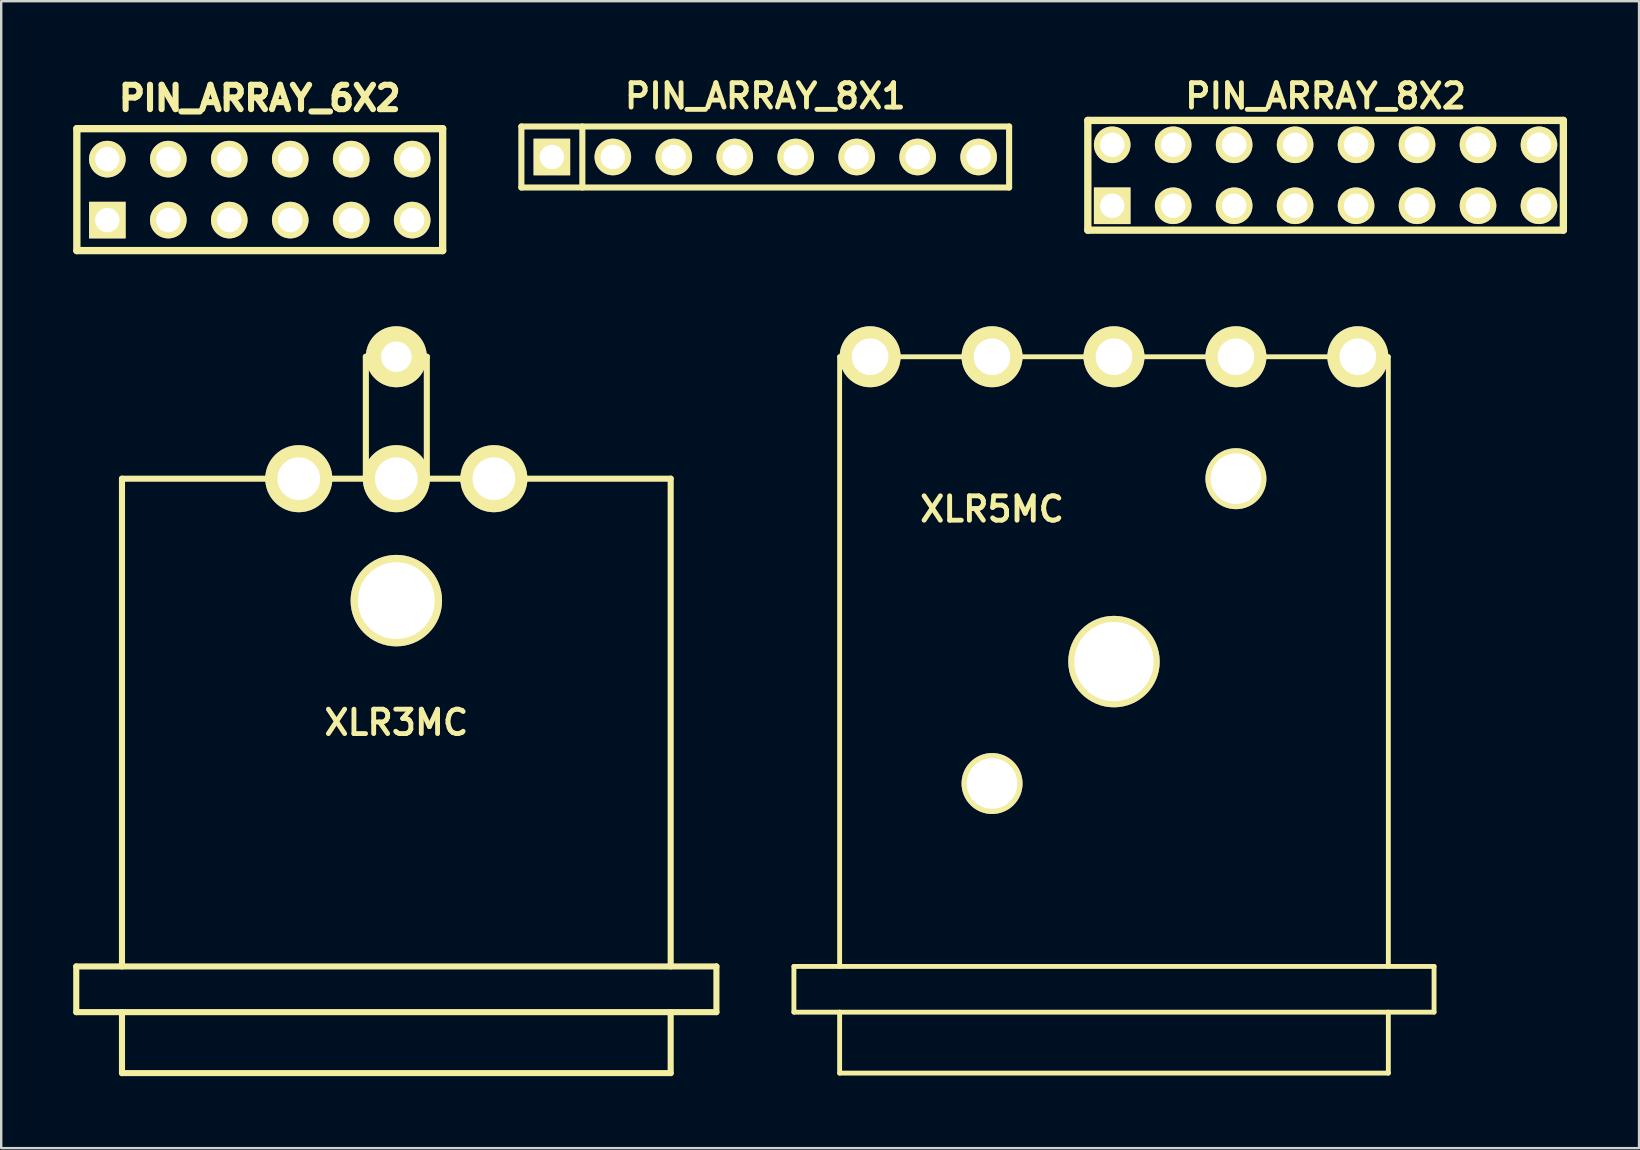
<source format=kicad_pcb>
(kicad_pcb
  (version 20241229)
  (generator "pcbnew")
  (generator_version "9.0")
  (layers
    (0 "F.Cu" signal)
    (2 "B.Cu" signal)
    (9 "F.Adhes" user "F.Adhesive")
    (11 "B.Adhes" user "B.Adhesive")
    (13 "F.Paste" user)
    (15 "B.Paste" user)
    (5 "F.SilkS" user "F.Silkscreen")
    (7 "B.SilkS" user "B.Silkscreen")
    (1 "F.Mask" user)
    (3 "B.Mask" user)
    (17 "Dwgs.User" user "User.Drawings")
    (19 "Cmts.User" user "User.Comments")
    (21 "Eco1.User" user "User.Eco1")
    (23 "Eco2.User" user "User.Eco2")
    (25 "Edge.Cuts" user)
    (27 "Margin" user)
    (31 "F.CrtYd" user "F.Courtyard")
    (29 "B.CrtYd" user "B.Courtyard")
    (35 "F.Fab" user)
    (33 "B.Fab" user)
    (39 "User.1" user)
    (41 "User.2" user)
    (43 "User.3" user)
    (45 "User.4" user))
  (footprint "PIN_ARRAY_6X2"
    (layer "F.Cu")
    (at 7.772 4.85)
    (property "Reference" "PIN_ARRAY_6X2" (at 0 -3.81 0) (layer "F.SilkS") (effects (font (size 1.016 1.016) (thickness 0.274))))
    (attr through_hole)
    (fp_line (start -7.62 -2.54) (end 7.62 -2.54) (stroke (width 0.305) (type solid)) (layer "F.SilkS"))
    (fp_line (start -7.62 2.54) (end -7.62 -2.54) (stroke (width 0.305) (type solid)) (layer "F.SilkS"))
    (fp_line (start 7.62 -2.54) (end 7.62 2.54) (stroke (width 0.305) (type solid)) (layer "F.SilkS"))
    (fp_line (start 7.62 2.54) (end -7.62 2.54) (stroke (width 0.305) (type solid)) (layer "F.SilkS"))
    (pad "1" thru_hole rect (at -6.35 1.27) (size 1.524 1.524) (drill 1.016) (layers "*.Cu" "*.Mask" "F.SilkS"))
    (pad "2" thru_hole circle (at -6.35 -1.27) (size 1.524 1.524) (drill 1.016) (layers "*.Cu" "*.Mask" "F.SilkS"))
    (pad "3" thru_hole circle (at -3.81 1.27) (size 1.524 1.524) (drill 1.016) (layers "*.Cu" "*.Mask" "F.SilkS"))
    (pad "4" thru_hole circle (at -3.81 -1.27) (size 1.524 1.524) (drill 1.016) (layers "*.Cu" "*.Mask" "F.SilkS"))
    (pad "5" thru_hole circle (at -1.27 1.27) (size 1.524 1.524) (drill 1.016) (layers "*.Cu" "*.Mask" "F.SilkS"))
    (pad "6" thru_hole circle (at -1.27 -1.27) (size 1.524 1.524) (drill 1.016) (layers "*.Cu" "*.Mask" "F.SilkS"))
    (pad "7" thru_hole circle (at 1.27 1.27) (size 1.524 1.524) (drill 1.016) (layers "*.Cu" "*.Mask" "F.SilkS"))
    (pad "8" thru_hole circle (at 1.27 -1.27) (size 1.524 1.524) (drill 1.016) (layers "*.Cu" "*.Mask" "F.SilkS"))
    (pad "9" thru_hole circle (at 3.81 1.27) (size 1.524 1.524) (drill 1.016) (layers "*.Cu" "*.Mask" "F.SilkS"))
    (pad "10" thru_hole circle (at 3.81 -1.27) (size 1.524 1.524) (drill 1.016) (layers "*.Cu" "*.Mask" "F.SilkS"))
    (pad "11" thru_hole circle (at 6.35 1.27) (size 1.524 1.524) (drill 1.016) (layers "*.Cu" "*.Mask" "F.SilkS"))
    (pad "12" thru_hole circle (at 6.35 -1.27) (size 1.524 1.524) (drill 1.016) (layers "*.Cu" "*.Mask" "F.SilkS")))
  (footprint "XLR5MC"
    (layer "F.Cu")
    (at 43.361 11.813)
    (property "Reference" "XLR5MC" (at -5.08 6.35 0) (layer "F.SilkS") (effects (font (size 1.016 1.016) (thickness 0.203))))
    (attr through_hole)
    (fp_line (start -13.335 25.4) (end 13.335 25.4) (stroke (width 0.203) (type solid)) (layer "F.SilkS"))
    (fp_line (start -13.335 27.305) (end -13.335 25.4) (stroke (width 0.203) (type solid)) (layer "F.SilkS"))
    (fp_line (start -11.43 0) (end 11.43 0) (stroke (width 0.203) (type solid)) (layer "F.SilkS"))
    (fp_line (start -11.43 25.4) (end -11.43 0) (stroke (width 0.203) (type solid)) (layer "F.SilkS"))
    (fp_line (start -11.43 29.845) (end -11.43 27.305) (stroke (width 0.203) (type solid)) (layer "F.SilkS"))
    (fp_line (start 11.43 25.4) (end 11.43 0) (stroke (width 0.203) (type solid)) (layer "F.SilkS"))
    (fp_line (start 11.43 27.305) (end 11.43 29.845) (stroke (width 0.203) (type solid)) (layer "F.SilkS"))
    (fp_line (start 11.43 29.845) (end -11.43 29.845) (stroke (width 0.203) (type solid)) (layer "F.SilkS"))
    (fp_line (start 13.335 27.305) (end -13.335 27.305) (stroke (width 0.203) (type solid)) (layer "F.SilkS"))
    (fp_line (start 13.335 27.305) (end 13.335 25.4) (stroke (width 0.203) (type solid)) (layer "F.SilkS"))
    (pad "" thru_hole circle (at -5.08 17.78) (size 2.54 2.54) (drill 2.108) (layers "*.Cu" "*.Mask" "F.SilkS"))
    (pad "" thru_hole circle (at 0 12.7) (size 3.81 3.81) (drill 3.302) (layers "*.Cu" "*.Mask" "F.SilkS"))
    (pad "" thru_hole circle (at 5.08 5.08) (size 2.54 2.54) (drill 2.108) (layers "*.Cu" "*.Mask" "F.SilkS"))
    (pad "1" thru_hole circle (at -10.16 0) (size 2.54 2.54) (drill 1.524) (layers "*.Cu" "*.Mask" "F.SilkS"))
    (pad "2" thru_hole circle (at -5.08 0) (size 2.54 2.54) (drill 1.524) (layers "*.Cu" "*.Mask" "F.SilkS"))
    (pad "3" thru_hole circle (at 0 0) (size 2.54 2.54) (drill 1.524) (layers "*.Cu" "*.Mask" "F.SilkS"))
    (pad "4" thru_hole circle (at 5.08 0) (size 2.54 2.54) (drill 1.524) (layers "*.Cu" "*.Mask" "F.SilkS"))
    (pad "5" thru_hole circle (at 10.16 0) (size 2.54 2.54) (drill 1.524) (layers "*.Cu" "*.Mask" "F.SilkS")))
  (footprint "XLR3MC"
    (layer "F.Cu")
    (at 13.462 16.893)
    (property "Reference" "XLR3MC" (at 0 10.16 0) (layer "F.SilkS") (effects (font (size 1.016 1.016) (thickness 0.203))))
    (attr through_hole)
    (fp_line (start -13.335 20.32) (end -13.335 22.225) (stroke (width 0.254) (type solid)) (layer "F.SilkS"))
    (fp_line (start -13.335 22.225) (end 13.335 22.225) (stroke (width 0.254) (type solid)) (layer "F.SilkS"))
    (fp_line (start -11.43 0) (end -11.43 20.32) (stroke (width 0.254) (type solid)) (layer "F.SilkS"))
    (fp_line (start -11.43 0) (end 11.43 0) (stroke (width 0.254) (type solid)) (layer "F.SilkS"))
    (fp_line (start -11.43 22.225) (end -11.43 24.13) (stroke (width 0.254) (type solid)) (layer "F.SilkS"))
    (fp_line (start -11.43 24.13) (end -11.43 24.765) (stroke (width 0.254) (type solid)) (layer "F.SilkS"))
    (fp_line (start -11.43 24.765) (end 11.43 24.765) (stroke (width 0.254) (type solid)) (layer "F.SilkS"))
    (fp_line (start -1.27 -5.08) (end 1.27 -5.08) (stroke (width 0.254) (type solid)) (layer "F.SilkS"))
    (fp_line (start -1.27 0) (end -1.27 -5.08) (stroke (width 0.254) (type solid)) (layer "F.SilkS"))
    (fp_line (start 1.27 -5.08) (end 1.27 0) (stroke (width 0.254) (type solid)) (layer "F.SilkS"))
    (fp_line (start 11.43 0) (end 11.43 20.32) (stroke (width 0.254) (type solid)) (layer "F.SilkS"))
    (fp_line (start 11.43 24.765) (end 11.43 22.225) (stroke (width 0.254) (type solid)) (layer "F.SilkS"))
    (fp_line (start 13.335 20.32) (end -13.335 20.32) (stroke (width 0.254) (type solid)) (layer "F.SilkS"))
    (fp_line (start 13.335 22.225) (end 13.335 20.32) (stroke (width 0.254) (type solid)) (layer "F.SilkS"))
    (pad "" thru_hole circle (at 0 5.08) (size 3.81 3.81) (drill 3.2) (layers "*.Cu" "*.Mask" "F.SilkS"))
    (pad "1" thru_hole circle (at -4.064 0) (size 2.794 2.794) (drill 1.778) (layers "*.Cu" "*.Mask" "F.SilkS"))
    (pad "2" thru_hole circle (at 4.064 0) (size 2.794 2.794) (drill 1.778) (layers "*.Cu" "*.Mask" "F.SilkS"))
    (pad "3" thru_hole circle (at 0 0) (size 2.794 2.794) (drill 1.778) (layers "*.Cu" "*.Mask" "F.SilkS"))
    (pad "4" thru_hole circle (at 0 -5.08) (size 2.54 2.54) (drill 1.27) (layers "*.Cu" "*.Mask" "F.SilkS")))
  (footprint "PIN_ARRAY_8X2"
    (layer "F.Cu")
    (at 52.177 4.253)
    (property "Reference" "PIN_ARRAY_8X2" (at 0 -3.302 0) (layer "F.SilkS") (effects (font (size 1.016 1.016) (thickness 0.203))))
    (attr through_hole)
    (fp_line (start -9.906 -2.286) (end 9.906 -2.286) (stroke (width 0.305) (type solid)) (layer "F.SilkS"))
    (fp_line (start -9.906 2.286) (end -9.906 -2.286) (stroke (width 0.305) (type solid)) (layer "F.SilkS"))
    (fp_line (start 9.906 -2.286) (end 9.906 2.286) (stroke (width 0.305) (type solid)) (layer "F.SilkS"))
    (fp_line (start 9.906 2.286) (end -9.906 2.286) (stroke (width 0.305) (type solid)) (layer "F.SilkS"))
    (pad "1" thru_hole rect (at -8.89 1.27) (size 1.524 1.524) (drill 1.016) (layers "*.Cu" "*.Mask" "F.SilkS"))
    (pad "2" thru_hole circle (at -8.89 -1.27) (size 1.524 1.524) (drill 1.016) (layers "*.Cu" "*.Mask" "F.SilkS"))
    (pad "3" thru_hole circle (at -6.35 1.27) (size 1.524 1.524) (drill 1.016) (layers "*.Cu" "*.Mask" "F.SilkS"))
    (pad "4" thru_hole circle (at -6.35 -1.27) (size 1.524 1.524) (drill 1.016) (layers "*.Cu" "*.Mask" "F.SilkS"))
    (pad "5" thru_hole circle (at -3.81 1.27) (size 1.524 1.524) (drill 1.016) (layers "*.Cu" "*.Mask" "F.SilkS"))
    (pad "6" thru_hole circle (at -3.81 -1.27) (size 1.524 1.524) (drill 1.016) (layers "*.Cu" "*.Mask" "F.SilkS"))
    (pad "7" thru_hole circle (at -1.27 1.27) (size 1.524 1.524) (drill 1.016) (layers "*.Cu" "*.Mask" "F.SilkS"))
    (pad "8" thru_hole circle (at -1.27 -1.27) (size 1.524 1.524) (drill 1.016) (layers "*.Cu" "*.Mask" "F.SilkS"))
    (pad "9" thru_hole circle (at 1.27 1.27) (size 1.524 1.524) (drill 1.016) (layers "*.Cu" "*.Mask" "F.SilkS"))
    (pad "10" thru_hole circle (at 1.27 -1.27) (size 1.524 1.524) (drill 1.016) (layers "*.Cu" "*.Mask" "F.SilkS"))
    (pad "11" thru_hole circle (at 3.81 1.27) (size 1.524 1.524) (drill 1.016) (layers "*.Cu" "*.Mask" "F.SilkS"))
    (pad "12" thru_hole circle (at 3.81 -1.27) (size 1.524 1.524) (drill 1.016) (layers "*.Cu" "*.Mask" "F.SilkS"))
    (pad "13" thru_hole circle (at 6.35 1.27) (size 1.524 1.524) (drill 1.016) (layers "*.Cu" "*.Mask" "F.SilkS"))
    (pad "14" thru_hole circle (at 6.35 -1.27) (size 1.524 1.524) (drill 1.016) (layers "*.Cu" "*.Mask" "F.SilkS"))
    (pad "15" thru_hole circle (at 8.89 1.27) (size 1.524 1.524) (drill 1.016) (layers "*.Cu" "*.Mask" "F.SilkS"))
    (pad "16" thru_hole circle (at 8.89 -1.27) (size 1.524 1.524) (drill 1.016) (layers "*.Cu" "*.Mask" "F.SilkS")))
  (footprint "PIN_ARRAY_8X1"
    (layer "F.Cu")
    (at 28.832 3.491)
    (property "Reference" "PIN_ARRAY_8X1" (at 0 -2.54 0) (layer "F.SilkS") (effects (font (size 1.016 1.016) (thickness 0.203))))
    (attr through_hole)
    (fp_line (start -10.16 -1.27) (end -10.16 1.27) (stroke (width 0.254) (type solid)) (layer "F.SilkS"))
    (fp_line (start -10.16 1.27) (end 10.16 1.27) (stroke (width 0.254) (type solid)) (layer "F.SilkS"))
    (fp_line (start -7.62 -1.27) (end -7.62 1.27) (stroke (width 0.254) (type solid)) (layer "F.SilkS"))
    (fp_line (start 10.16 -1.27) (end -10.16 -1.27) (stroke (width 0.254) (type solid)) (layer "F.SilkS"))
    (fp_line (start 10.16 1.27) (end 10.16 -1.27) (stroke (width 0.254) (type solid)) (layer "F.SilkS"))
    (pad "1" thru_hole rect (at -8.89 0) (size 1.524 1.524) (drill 1.016) (layers "*.Cu" "*.Mask" "F.SilkS"))
    (pad "2" thru_hole circle (at -6.35 0) (size 1.524 1.524) (drill 1.016) (layers "*.Cu" "*.Mask" "F.SilkS"))
    (pad "3" thru_hole circle (at -3.81 0) (size 1.524 1.524) (drill 1.016) (layers "*.Cu" "*.Mask" "F.SilkS"))
    (pad "4" thru_hole circle (at -1.27 0) (size 1.524 1.524) (drill 1.016) (layers "*.Cu" "*.Mask" "F.SilkS"))
    (pad "5" thru_hole circle (at 1.27 0) (size 1.524 1.524) (drill 1.016) (layers "*.Cu" "*.Mask" "F.SilkS"))
    (pad "6" thru_hole circle (at 3.81 0) (size 1.524 1.524) (drill 1.016) (layers "*.Cu" "*.Mask" "F.SilkS"))
    (pad "7" thru_hole circle (at 6.35 0) (size 1.524 1.524) (drill 1.016) (layers "*.Cu" "*.Mask" "F.SilkS"))
    (pad "8" thru_hole circle (at 8.89 0) (size 1.524 1.524) (drill 1.016) (layers "*.Cu" "*.Mask" "F.SilkS")))
  (gr_rect
    (start -3 -3)
    (end 65.236 44.785)
    (stroke (width 0.1) (type default))
    (fill no)
    (layer "Edge.Cuts")))
</source>
